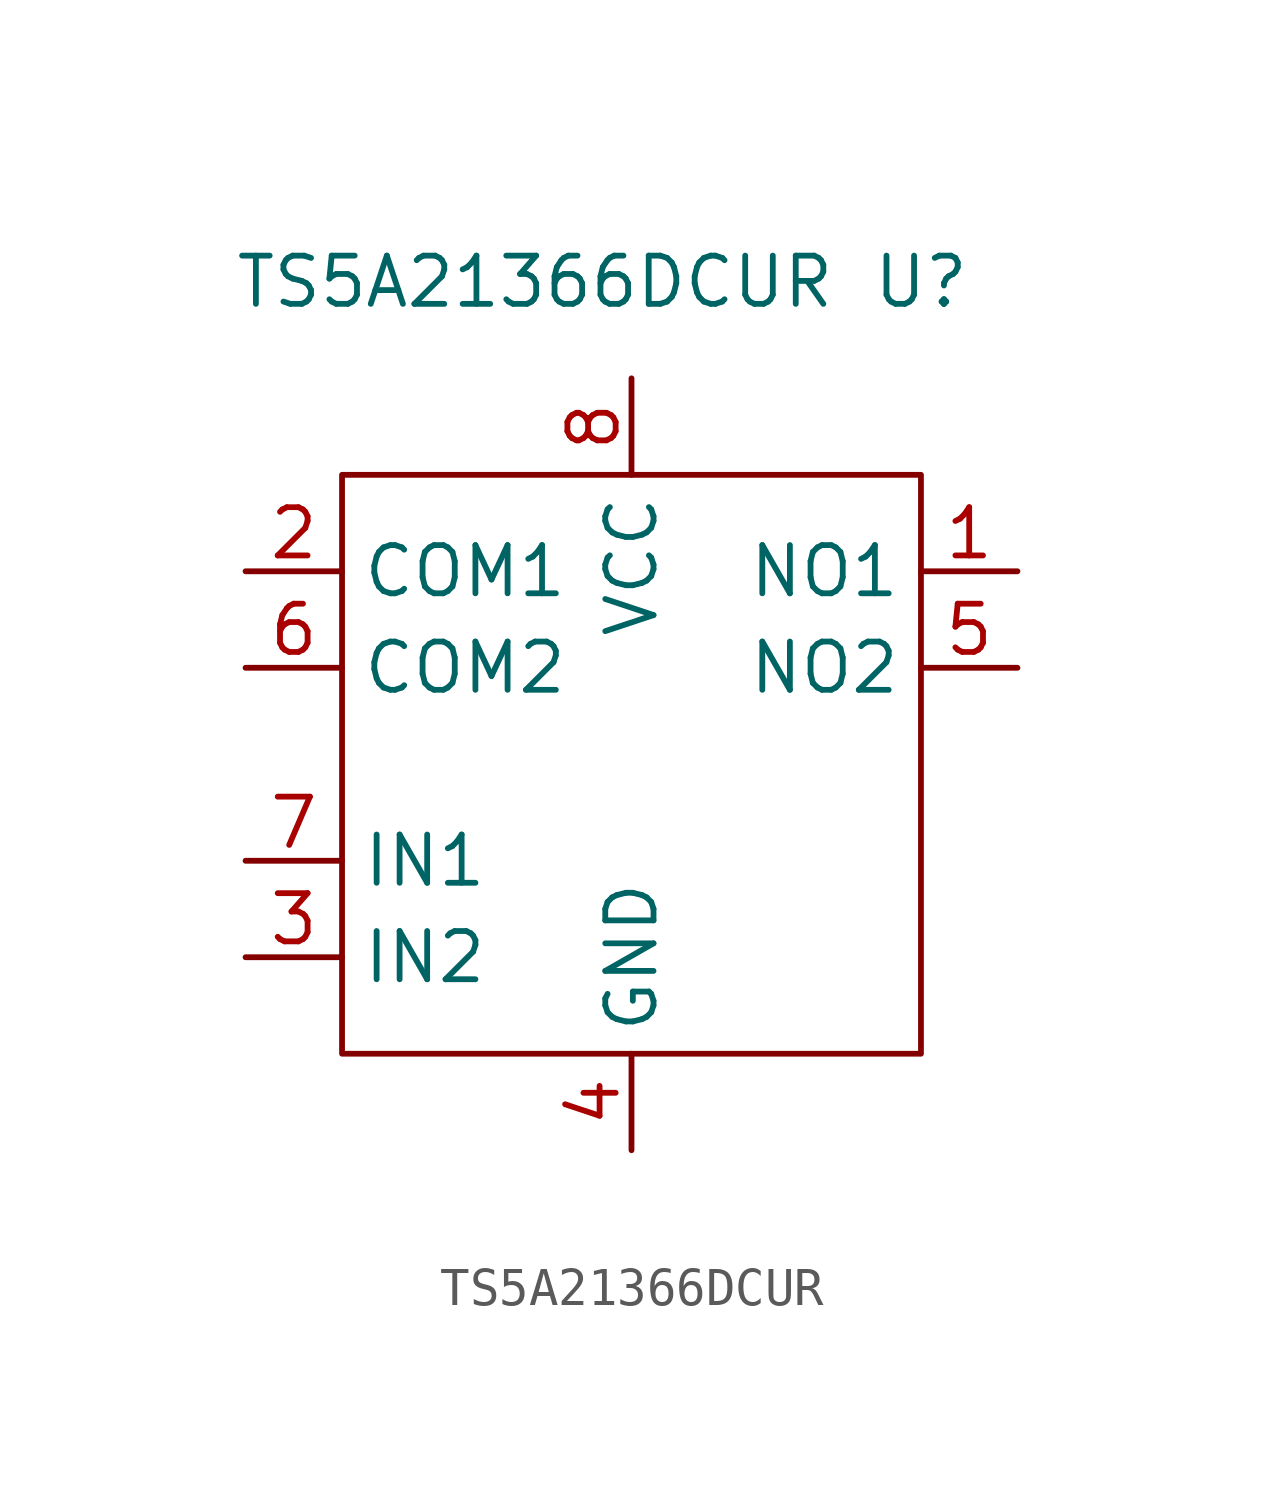
<source format=kicad_sym>
(kicad_symbol_lib
  (version 20211014)
  (generator kicad_symbol_editor)
  (symbol "TS5A21366DCUR"
    (property "Reference" "U"
      (at 7.62 12.7 0)
      (effects (font (size 1.27 1.27))))
    (property "Value" "TS5A21366DCUR"
      (at -2.54 12.7 0)
      (effects (font (size 1.27 1.27))))
    (symbol "TS5A21366DCUR_0_1"
      (rectangle (start -7.62 7.62) (end 7.62 -7.62) (stroke (width 0.152) (type default) (color 0 0 0 0)) (fill (type none))))
    (symbol "TS5A21366DCUR_1_1"
      (pin bidirectional line (at 10.16 5.08 180) (length 2.54) (name "NO1" (effects (font (size 1.27 1.27)))) (number "1" (effects (font (size 1.27 1.27)))))
      (pin bidirectional line (at -10.16 5.08 0) (length 2.54) (name "COM1" (effects (font (size 1.27 1.27)))) (number "2" (effects (font (size 1.27 1.27)))))
      (pin bidirectional line (at -10.16 -5.08 0) (length 2.54) (name "IN2" (effects (font (size 1.27 1.27)))) (number "3" (effects (font (size 1.27 1.27)))))
      (pin power_in line (at 0 -10.16 90) (length 2.54) (name "GND" (effects (font (size 1.27 1.27)))) (number "4" (effects (font (size 1.27 1.27)))))
      (pin bidirectional line (at 10.16 2.54 180) (length 2.54) (name "NO2" (effects (font (size 1.27 1.27)))) (number "5" (effects (font (size 1.27 1.27)))))
      (pin bidirectional line (at -10.16 2.54 0) (length 2.54) (name "COM2" (effects (font (size 1.27 1.27)))) (number "6" (effects (font (size 1.27 1.27)))))
      (pin bidirectional line (at -10.16 -2.54 0) (length 2.54) (name "IN1" (effects (font (size 1.27 1.27)))) (number "7" (effects (font (size 1.27 1.27)))))
      (pin power_in line (at 0 10.16 270) (length 2.54) (name "VCC" (effects (font (size 1.27 1.27)))) (number "8" (effects (font (size 1.27 1.27))))))))
</source>
